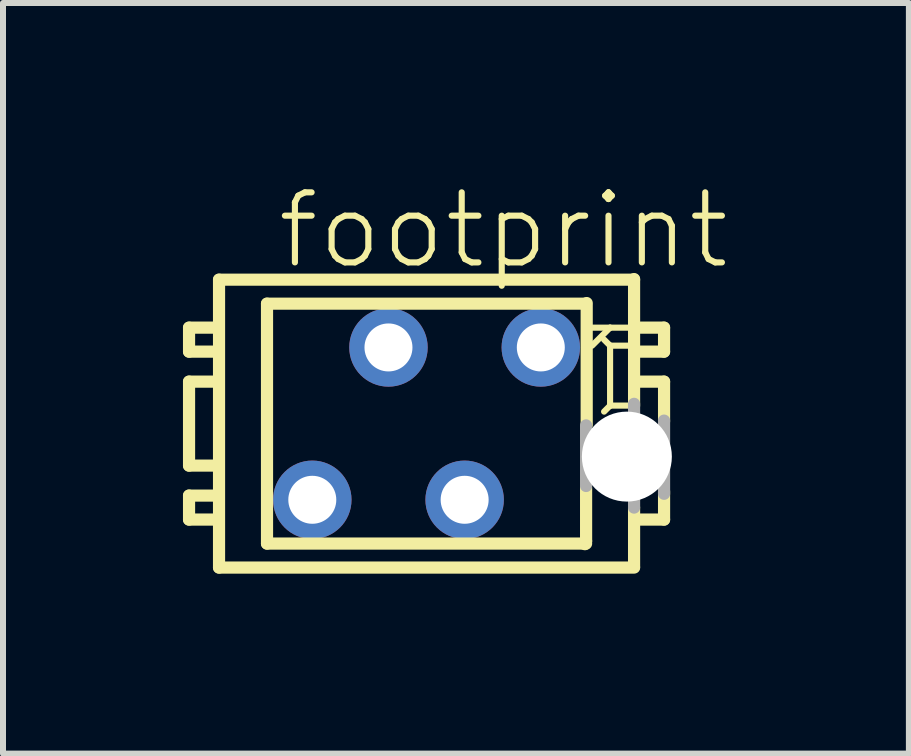
<source format=kicad_pcb>
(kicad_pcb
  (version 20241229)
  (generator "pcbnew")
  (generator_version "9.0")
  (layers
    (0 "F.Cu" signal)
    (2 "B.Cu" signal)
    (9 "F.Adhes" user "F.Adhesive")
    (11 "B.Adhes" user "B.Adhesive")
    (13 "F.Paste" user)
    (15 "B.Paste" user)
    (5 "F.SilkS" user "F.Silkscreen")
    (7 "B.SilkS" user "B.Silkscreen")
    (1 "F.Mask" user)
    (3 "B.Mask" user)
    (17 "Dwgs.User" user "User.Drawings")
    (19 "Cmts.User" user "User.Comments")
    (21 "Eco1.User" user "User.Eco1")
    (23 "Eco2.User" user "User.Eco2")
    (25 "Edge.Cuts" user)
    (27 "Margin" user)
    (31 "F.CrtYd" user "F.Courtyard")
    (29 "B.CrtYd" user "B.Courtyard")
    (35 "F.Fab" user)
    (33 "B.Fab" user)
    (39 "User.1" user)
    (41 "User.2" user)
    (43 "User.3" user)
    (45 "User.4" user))
  (footprint "footprint"
    (layer "F.Cu")
    (at 4.062 4.013)
    (property "Reference" "footprint" (at -2.54 -2.54 0) (layer "F.SilkS") (effects (font (size 1.168 1.168) (thickness 0.102)) (justify left bottom)))
    (fp_line (start -3.96 -1.6) (end -3.96 -1.2) (stroke (width 0.203) (type solid)) (layer "F.SilkS"))
    (fp_line (start -3.96 -1.2) (end -3.56 -1.2) (stroke (width 0.203) (type solid)) (layer "F.SilkS"))
    (fp_line (start -3.96 -0.7) (end -3.96 0.7) (stroke (width 0.203) (type solid)) (layer "F.SilkS"))
    (fp_line (start -3.96 0.7) (end -3.56 0.7) (stroke (width 0.203) (type solid)) (layer "F.SilkS"))
    (fp_line (start -3.96 1.2) (end -3.96 1.6) (stroke (width 0.203) (type solid)) (layer "F.SilkS"))
    (fp_line (start -3.96 1.6) (end -3.56 1.6) (stroke (width 0.203) (type solid)) (layer "F.SilkS"))
    (fp_line (start -3.56 -1.6) (end -3.96 -1.6) (stroke (width 0.203) (type solid)) (layer "F.SilkS"))
    (fp_line (start -3.56 -0.7) (end -3.96 -0.7) (stroke (width 0.203) (type solid)) (layer "F.SilkS"))
    (fp_line (start -3.56 1.2) (end -3.96 1.2) (stroke (width 0.203) (type solid)) (layer "F.SilkS"))
    (fp_line (start -3.46 -2.4) (end -3.46 2.4) (stroke (width 0.203) (type solid)) (layer "F.SilkS"))
    (fp_line (start -2.66 -2) (end -2.66 2) (stroke (width 0.203) (type solid)) (layer "F.SilkS"))
    (fp_line (start 2.64 2.01) (end 2.66 1.96) (stroke (width 0.203) (type solid)) (layer "F.SilkS"))
    (fp_line (start 2.66 -2) (end -2.66 -2) (stroke (width 0.203) (type solid)) (layer "F.SilkS"))
    (fp_line (start 2.66 1.96) (end 2.66 1.07) (stroke (width 0.203) (type solid)) (layer "F.SilkS"))
    (fp_line (start 2.66 2) (end -2.66 2) (stroke (width 0.203) (type solid)) (layer "F.SilkS"))
    (fp_line (start 2.67 -2.01) (end 2.67 0.02) (stroke (width 0.203) (type solid)) (layer "F.SilkS"))
    (fp_line (start 2.96 -1.4) (end 3.06 -1.3) (stroke (width 0.102) (type solid)) (layer "F.SilkS"))
    (fp_line (start 2.96 -0.2) (end 3.06 -0.3) (stroke (width 0.102) (type solid)) (layer "F.SilkS"))
    (fp_line (start 3.06 -1.6) (end 2.76 -1.6) (stroke (width 0.102) (type solid)) (layer "F.SilkS"))
    (fp_line (start 3.06 -1.6) (end 2.76 -1.3) (stroke (width 0.102) (type solid)) (layer "F.SilkS"))
    (fp_line (start 3.06 -1.3) (end 3.06 -0.3) (stroke (width 0.102) (type solid)) (layer "F.SilkS"))
    (fp_line (start 3.06 -0.3) (end 3.36 -0.3) (stroke (width 0.102) (type solid)) (layer "F.SilkS"))
    (fp_line (start 3.36 -1.6) (end 3.06 -1.6) (stroke (width 0.102) (type solid)) (layer "F.SilkS"))
    (fp_line (start 3.36 -1.3) (end 3.06 -1.3) (stroke (width 0.102) (type solid)) (layer "F.SilkS"))
    (fp_line (start 3.46 -2.41) (end 3.46 -0.3) (stroke (width 0.203) (type solid)) (layer "F.SilkS"))
    (fp_line (start 3.46 -2.4) (end -3.46 -2.4) (stroke (width 0.203) (type solid)) (layer "F.SilkS"))
    (fp_line (start 3.46 2.39) (end 3.46 1.4) (stroke (width 0.203) (type solid)) (layer "F.SilkS"))
    (fp_line (start 3.46 2.4) (end -3.46 2.4) (stroke (width 0.203) (type solid)) (layer "F.SilkS"))
    (fp_line (start 3.56 -1.2) (end 3.96 -1.2) (stroke (width 0.203) (type solid)) (layer "F.SilkS"))
    (fp_line (start 3.56 1.6) (end 3.96 1.6) (stroke (width 0.203) (type solid)) (layer "F.SilkS"))
    (fp_line (start 3.96 -1.6) (end 3.56 -1.6) (stroke (width 0.203) (type solid)) (layer "F.SilkS"))
    (fp_line (start 3.96 -1.2) (end 3.96 -1.6) (stroke (width 0.203) (type solid)) (layer "F.SilkS"))
    (fp_line (start 3.96 -0.7) (end 3.56 -0.7) (stroke (width 0.203) (type solid)) (layer "F.SilkS"))
    (fp_line (start 3.96 -0.04) (end 3.96 -0.7) (stroke (width 0.203) (type solid)) (layer "F.SilkS"))
    (fp_line (start 3.96 1.6) (end 3.96 1.13) (stroke (width 0.203) (type solid)) (layer "F.SilkS"))
    (fp_line (start 2.66 0.03) (end 2.66 1.04) (stroke (width 0.203) (type solid)) (layer "F.Fab"))
    (fp_line (start 3.46 1.4) (end 3.46 -0.33) (stroke (width 0.203) (type solid)) (layer "F.Fab"))
    (fp_line (start 3.96 -0.05) (end 3.96 1.17) (stroke (width 0.203) (type solid)) (layer "F.Fab"))
    (pad "" np_thru_hole circle (at 3.34 0.55) (size 1.5 1.5) (drill 1.5) (layers "*.Cu" "*.Mask"))
    (pad "1" thru_hole circle (at 1.905 -1.27) (size 1.308 1.308) (drill 0.8) (layers "*.Cu" "*.Mask"))
    (pad "2" thru_hole circle (at 0.635 1.27) (size 1.308 1.308) (drill 0.8) (layers "*.Cu" "*.Mask"))
    (pad "3" thru_hole circle (at -0.635 -1.27) (size 1.308 1.308) (drill 0.8) (layers "*.Cu" "*.Mask"))
    (pad "4" thru_hole circle (at -1.905 1.27) (size 1.308 1.308) (drill 0.8) (layers "*.Cu" "*.Mask")))
  (gr_rect
    (start -3 -3)
    (end 12.104 9.515)
    (stroke (width 0.1) (type default))
    (fill no)
    (layer "Edge.Cuts")))
</source>
